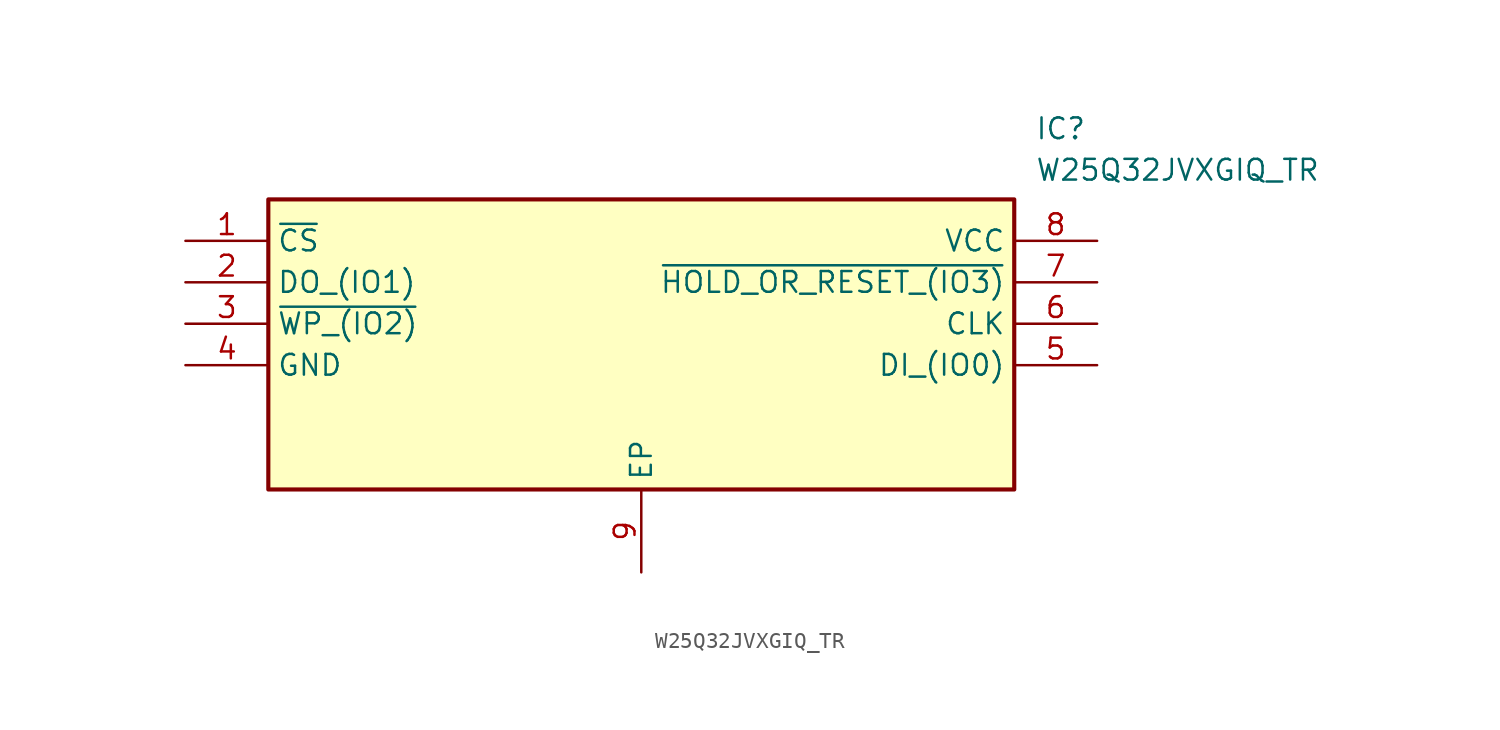
<source format=kicad_sym>
(kicad_symbol_lib
  (version 20211014)
  (generator SamacSys_ECAD_Model)
  (symbol "W25Q32JVXGIQ_TR"
    (property "Reference" "IC"
      (at 52.07 7.62 0)
      (effects (font (size 1.27 1.27)) (justify left top)))
    (property "Value" "W25Q32JVXGIQ_TR"
      (at 52.07 5.08 0)
      (effects (font (size 1.27 1.27)) (justify left top)))
    (rectangle
      (start 5.08 2.54)
      (end 50.8 -15.24)
      (stroke (width 0.254) (type default))
      (fill (type background)))
    (pin passive line
      (at 0 0 0)
      (length 5.08)
      (name "~{CS}" (effects (font (size 1.27 1.27))))
      (number "1" (effects (font (size 1.27 1.27)))))
    (pin passive line
      (at 0 -2.54 0)
      (length 5.08)
      (name "DO_(IO1)" (effects (font (size 1.27 1.27))))
      (number "2" (effects (font (size 1.27 1.27)))))
    (pin passive line
      (at 0 -5.08 0)
      (length 5.08)
      (name "~{WP_(IO2)}" (effects (font (size 1.27 1.27))))
      (number "3" (effects (font (size 1.27 1.27)))))
    (pin passive line
      (at 0 -7.62 0)
      (length 5.08)
      (name "GND" (effects (font (size 1.27 1.27))))
      (number "4" (effects (font (size 1.27 1.27)))))
    (pin passive line
      (at 27.94 -20.32 90)
      (length 5.08)
      (name "EP" (effects (font (size 1.27 1.27))))
      (number "9" (effects (font (size 1.27 1.27)))))
    (pin passive line
      (at 55.88 0 180)
      (length 5.08)
      (name "VCC" (effects (font (size 1.27 1.27))))
      (number "8" (effects (font (size 1.27 1.27)))))
    (pin passive line
      (at 55.88 -2.54 180)
      (length 5.08)
      (name "~{HOLD_OR_RESET_(IO3)}" (effects (font (size 1.27 1.27))))
      (number "7" (effects (font (size 1.27 1.27)))))
    (pin passive line
      (at 55.88 -5.08 180)
      (length 5.08)
      (name "CLK" (effects (font (size 1.27 1.27))))
      (number "6" (effects (font (size 1.27 1.27)))))
    (pin passive line
      (at 55.88 -7.62 180)
      (length 5.08)
      (name "DI_(IO0)" (effects (font (size 1.27 1.27))))
      (number "5" (effects (font (size 1.27 1.27)))))))
</source>
